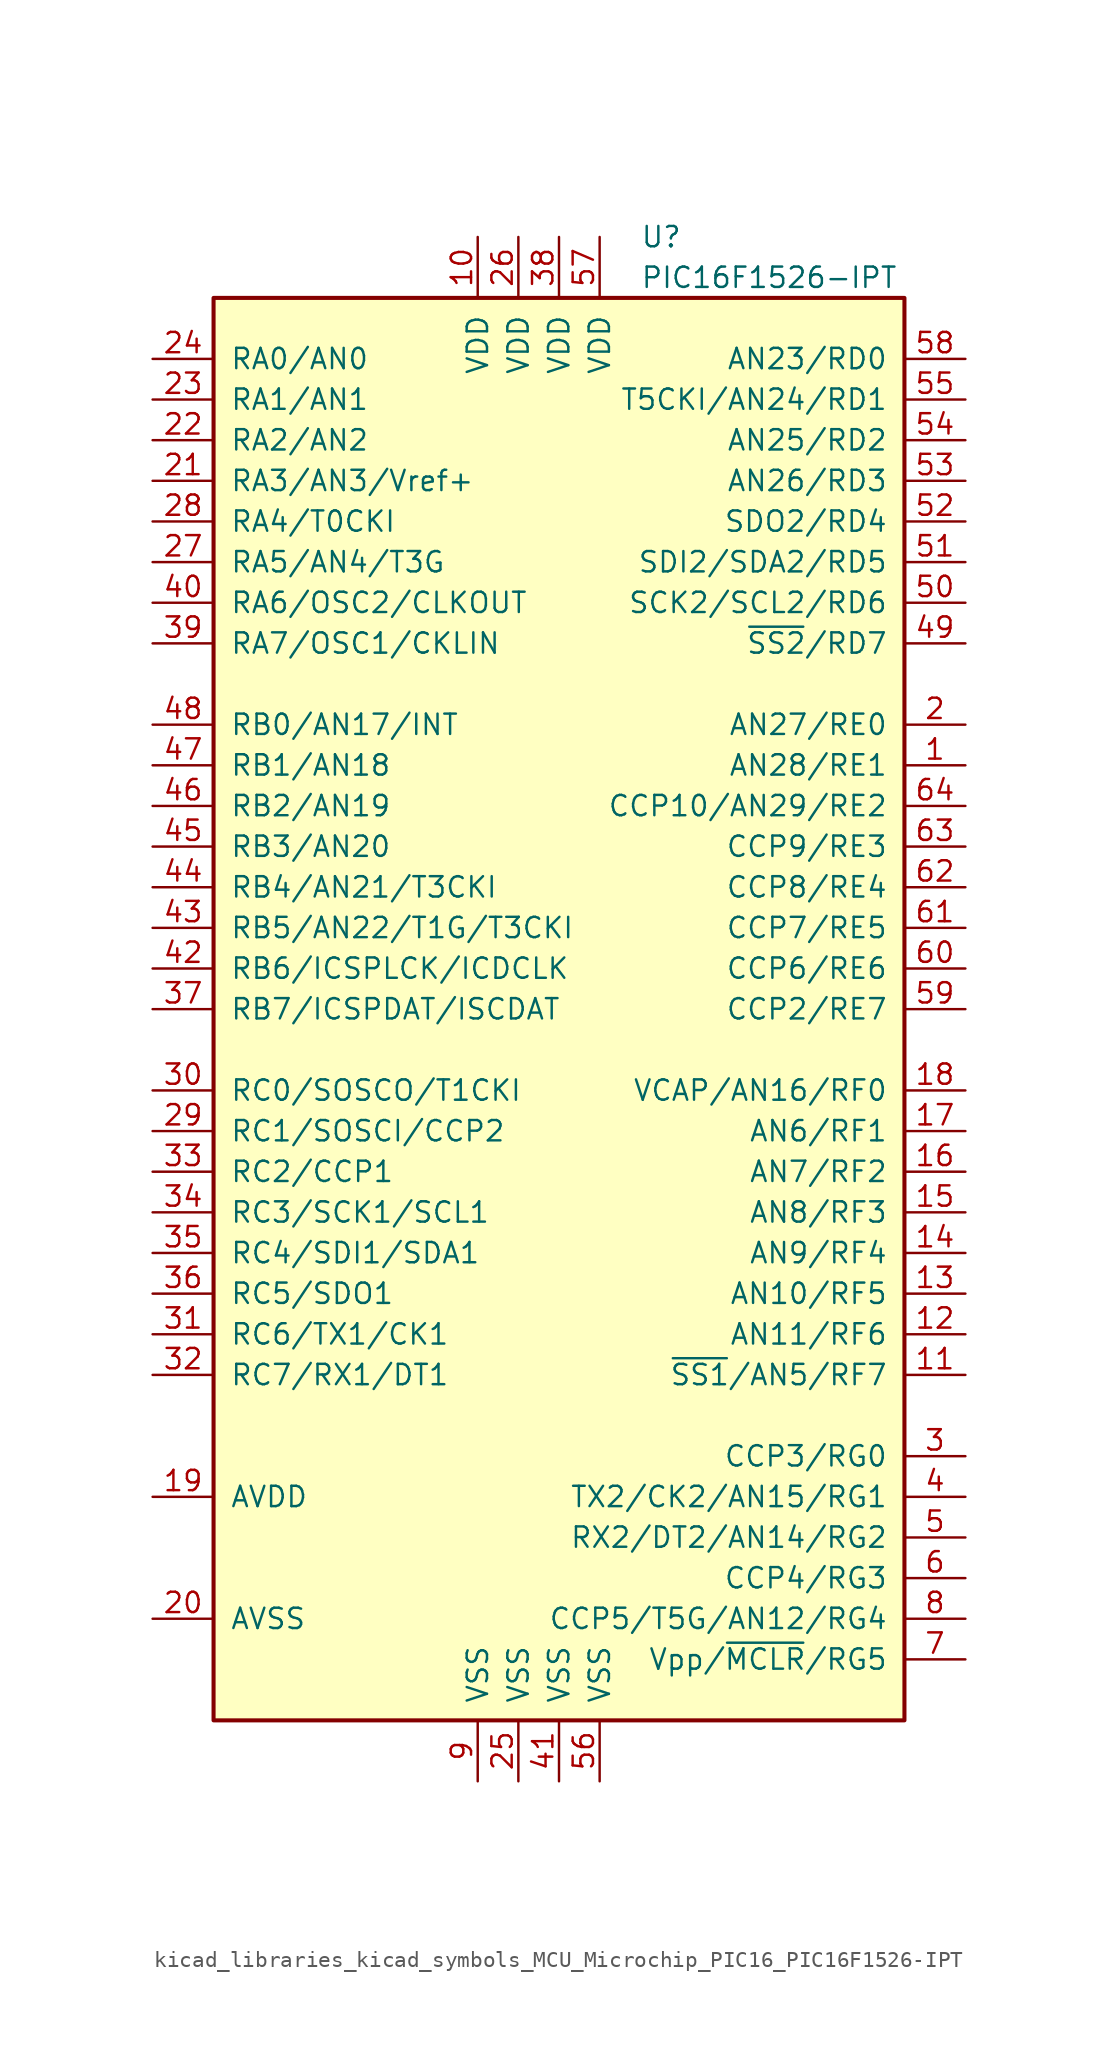
<source format=kicad_sym>
(kicad_symbol_lib
  (version 20220914)
  (generator kicad_symbol_editor)
  (symbol "kicad_libraries_kicad_symbols_MCU_Microchip_PIC16_PIC16F1526-IPT"
    (pin_names
      (offset 1.016))
    (property "Reference" "U"
      (at 5.08 48.26 0)
      (effects (font (size 1.27 1.27)) (justify left)))
    (property "Value" "PIC16F1526-IPT"
      (at 5.08 45.72 0)
      (effects (font (size 1.27 1.27)) (justify left)))
    (symbol "kicad_libraries_kicad_symbols_MCU_Microchip_PIC16_PIC16F1526-IPT_0_1"
      (rectangle (start -21.59 44.45) (end 21.59 -44.45) (stroke (width 0.254) (type default)) (fill (type background))))
    (symbol "kicad_libraries_kicad_symbols_MCU_Microchip_PIC16_PIC16F1526-IPT_1_1"
      (pin bidirectional line (at 25.4 15.24 180) (length 3.81) (name "AN28/RE1" (effects (font (size 1.27 1.27)))) (number "1" (effects (font (size 1.27 1.27)))))
      (pin power_in line (at -5.08 48.26 270) (length 3.81) (name "VDD" (effects (font (size 1.27 1.27)))) (number "10" (effects (font (size 1.27 1.27)))))
      (pin bidirectional line (at 25.4 -22.86 180) (length 3.81) (name "~{SS1}/AN5/RF7" (effects (font (size 1.27 1.27)))) (number "11" (effects (font (size 1.27 1.27)))))
      (pin bidirectional line (at 25.4 -20.32 180) (length 3.81) (name "AN11/RF6" (effects (font (size 1.27 1.27)))) (number "12" (effects (font (size 1.27 1.27)))))
      (pin bidirectional line (at 25.4 -17.78 180) (length 3.81) (name "AN10/RF5" (effects (font (size 1.27 1.27)))) (number "13" (effects (font (size 1.27 1.27)))))
      (pin bidirectional line (at 25.4 -15.24 180) (length 3.81) (name "AN9/RF4" (effects (font (size 1.27 1.27)))) (number "14" (effects (font (size 1.27 1.27)))))
      (pin bidirectional line (at 25.4 -12.7 180) (length 3.81) (name "AN8/RF3" (effects (font (size 1.27 1.27)))) (number "15" (effects (font (size 1.27 1.27)))))
      (pin bidirectional line (at 25.4 -10.16 180) (length 3.81) (name "AN7/RF2" (effects (font (size 1.27 1.27)))) (number "16" (effects (font (size 1.27 1.27)))))
      (pin bidirectional line (at 25.4 -7.62 180) (length 3.81) (name "AN6/RF1" (effects (font (size 1.27 1.27)))) (number "17" (effects (font (size 1.27 1.27)))))
      (pin bidirectional line (at 25.4 -5.08 180) (length 3.81) (name "VCAP/AN16/RF0" (effects (font (size 1.27 1.27)))) (number "18" (effects (font (size 1.27 1.27)))))
      (pin power_in line (at -25.4 -30.48 0) (length 3.81) (name "AVDD" (effects (font (size 1.27 1.27)))) (number "19" (effects (font (size 1.27 1.27)))))
      (pin bidirectional line (at 25.4 17.78 180) (length 3.81) (name "AN27/RE0" (effects (font (size 1.27 1.27)))) (number "2" (effects (font (size 1.27 1.27)))))
      (pin power_in line (at -25.4 -38.1 0) (length 3.81) (name "AVSS" (effects (font (size 1.27 1.27)))) (number "20" (effects (font (size 1.27 1.27)))))
      (pin bidirectional line (at -25.4 33.02 0) (length 3.81) (name "RA3/AN3/Vref+" (effects (font (size 1.27 1.27)))) (number "21" (effects (font (size 1.27 1.27)))))
      (pin bidirectional line (at -25.4 35.56 0) (length 3.81) (name "RA2/AN2" (effects (font (size 1.27 1.27)))) (number "22" (effects (font (size 1.27 1.27)))))
      (pin bidirectional line (at -25.4 38.1 0) (length 3.81) (name "RA1/AN1" (effects (font (size 1.27 1.27)))) (number "23" (effects (font (size 1.27 1.27)))))
      (pin bidirectional line (at -25.4 40.64 0) (length 3.81) (name "RA0/AN0" (effects (font (size 1.27 1.27)))) (number "24" (effects (font (size 1.27 1.27)))))
      (pin power_in line (at -2.54 -48.26 90) (length 3.81) (name "VSS" (effects (font (size 1.27 1.27)))) (number "25" (effects (font (size 1.27 1.27)))))
      (pin power_in line (at -2.54 48.26 270) (length 3.81) (name "VDD" (effects (font (size 1.27 1.27)))) (number "26" (effects (font (size 1.27 1.27)))))
      (pin bidirectional line (at -25.4 27.94 0) (length 3.81) (name "RA5/AN4/T3G" (effects (font (size 1.27 1.27)))) (number "27" (effects (font (size 1.27 1.27)))))
      (pin bidirectional line (at -25.4 30.48 0) (length 3.81) (name "RA4/T0CKI" (effects (font (size 1.27 1.27)))) (number "28" (effects (font (size 1.27 1.27)))))
      (pin bidirectional line (at -25.4 -7.62 0) (length 3.81) (name "RC1/SOSCI/CCP2" (effects (font (size 1.27 1.27)))) (number "29" (effects (font (size 1.27 1.27)))))
      (pin bidirectional line (at 25.4 -27.94 180) (length 3.81) (name "CCP3/RG0" (effects (font (size 1.27 1.27)))) (number "3" (effects (font (size 1.27 1.27)))))
      (pin bidirectional line (at -25.4 -5.08 0) (length 3.81) (name "RC0/SOSCO/T1CKI" (effects (font (size 1.27 1.27)))) (number "30" (effects (font (size 1.27 1.27)))))
      (pin bidirectional line (at -25.4 -20.32 0) (length 3.81) (name "RC6/TX1/CK1" (effects (font (size 1.27 1.27)))) (number "31" (effects (font (size 1.27 1.27)))))
      (pin bidirectional line (at -25.4 -22.86 0) (length 3.81) (name "RC7/RX1/DT1" (effects (font (size 1.27 1.27)))) (number "32" (effects (font (size 1.27 1.27)))))
      (pin bidirectional line (at -25.4 -10.16 0) (length 3.81) (name "RC2/CCP1" (effects (font (size 1.27 1.27)))) (number "33" (effects (font (size 1.27 1.27)))))
      (pin bidirectional line (at -25.4 -12.7 0) (length 3.81) (name "RC3/SCK1/SCL1" (effects (font (size 1.27 1.27)))) (number "34" (effects (font (size 1.27 1.27)))))
      (pin bidirectional line (at -25.4 -15.24 0) (length 3.81) (name "RC4/SDI1/SDA1" (effects (font (size 1.27 1.27)))) (number "35" (effects (font (size 1.27 1.27)))))
      (pin bidirectional line (at -25.4 -17.78 0) (length 3.81) (name "RC5/SDO1" (effects (font (size 1.27 1.27)))) (number "36" (effects (font (size 1.27 1.27)))))
      (pin bidirectional line (at -25.4 0 0) (length 3.81) (name "RB7/ICSPDAT/ISCDAT" (effects (font (size 1.27 1.27)))) (number "37" (effects (font (size 1.27 1.27)))))
      (pin power_in line (at 0 48.26 270) (length 3.81) (name "VDD" (effects (font (size 1.27 1.27)))) (number "38" (effects (font (size 1.27 1.27)))))
      (pin bidirectional line (at -25.4 22.86 0) (length 3.81) (name "RA7/OSC1/CKLIN" (effects (font (size 1.27 1.27)))) (number "39" (effects (font (size 1.27 1.27)))))
      (pin bidirectional line (at 25.4 -30.48 180) (length 3.81) (name "TX2/CK2/AN15/RG1" (effects (font (size 1.27 1.27)))) (number "4" (effects (font (size 1.27 1.27)))))
      (pin bidirectional line (at -25.4 25.4 0) (length 3.81) (name "RA6/OSC2/CLKOUT" (effects (font (size 1.27 1.27)))) (number "40" (effects (font (size 1.27 1.27)))))
      (pin power_in line (at 0 -48.26 90) (length 3.81) (name "VSS" (effects (font (size 1.27 1.27)))) (number "41" (effects (font (size 1.27 1.27)))))
      (pin bidirectional line (at -25.4 2.54 0) (length 3.81) (name "RB6/ICSPLCK/ICDCLK" (effects (font (size 1.27 1.27)))) (number "42" (effects (font (size 1.27 1.27)))))
      (pin bidirectional line (at -25.4 5.08 0) (length 3.81) (name "RB5/AN22/T1G/T3CKI" (effects (font (size 1.27 1.27)))) (number "43" (effects (font (size 1.27 1.27)))))
      (pin bidirectional line (at -25.4 7.62 0) (length 3.81) (name "RB4/AN21/T3CKI" (effects (font (size 1.27 1.27)))) (number "44" (effects (font (size 1.27 1.27)))))
      (pin bidirectional line (at -25.4 10.16 0) (length 3.81) (name "RB3/AN20" (effects (font (size 1.27 1.27)))) (number "45" (effects (font (size 1.27 1.27)))))
      (pin bidirectional line (at -25.4 12.7 0) (length 3.81) (name "RB2/AN19" (effects (font (size 1.27 1.27)))) (number "46" (effects (font (size 1.27 1.27)))))
      (pin bidirectional line (at -25.4 15.24 0) (length 3.81) (name "RB1/AN18" (effects (font (size 1.27 1.27)))) (number "47" (effects (font (size 1.27 1.27)))))
      (pin bidirectional line (at -25.4 17.78 0) (length 3.81) (name "RB0/AN17/INT" (effects (font (size 1.27 1.27)))) (number "48" (effects (font (size 1.27 1.27)))))
      (pin bidirectional line (at 25.4 22.86 180) (length 3.81) (name "~{SS2}/RD7" (effects (font (size 1.27 1.27)))) (number "49" (effects (font (size 1.27 1.27)))))
      (pin bidirectional line (at 25.4 -33.02 180) (length 3.81) (name "RX2/DT2/AN14/RG2" (effects (font (size 1.27 1.27)))) (number "5" (effects (font (size 1.27 1.27)))))
      (pin bidirectional line (at 25.4 25.4 180) (length 3.81) (name "SCK2/SCL2/RD6" (effects (font (size 1.27 1.27)))) (number "50" (effects (font (size 1.27 1.27)))))
      (pin bidirectional line (at 25.4 27.94 180) (length 3.81) (name "SDI2/SDA2/RD5" (effects (font (size 1.27 1.27)))) (number "51" (effects (font (size 1.27 1.27)))))
      (pin bidirectional line (at 25.4 30.48 180) (length 3.81) (name "SDO2/RD4" (effects (font (size 1.27 1.27)))) (number "52" (effects (font (size 1.27 1.27)))))
      (pin bidirectional line (at 25.4 33.02 180) (length 3.81) (name "AN26/RD3" (effects (font (size 1.27 1.27)))) (number "53" (effects (font (size 1.27 1.27)))))
      (pin bidirectional line (at 25.4 35.56 180) (length 3.81) (name "AN25/RD2" (effects (font (size 1.27 1.27)))) (number "54" (effects (font (size 1.27 1.27)))))
      (pin bidirectional line (at 25.4 38.1 180) (length 3.81) (name "T5CKI/AN24/RD1" (effects (font (size 1.27 1.27)))) (number "55" (effects (font (size 1.27 1.27)))))
      (pin power_in line (at 2.54 -48.26 90) (length 3.81) (name "VSS" (effects (font (size 1.27 1.27)))) (number "56" (effects (font (size 1.27 1.27)))))
      (pin power_in line (at 2.54 48.26 270) (length 3.81) (name "VDD" (effects (font (size 1.27 1.27)))) (number "57" (effects (font (size 1.27 1.27)))))
      (pin bidirectional line (at 25.4 40.64 180) (length 3.81) (name "AN23/RD0" (effects (font (size 1.27 1.27)))) (number "58" (effects (font (size 1.27 1.27)))))
      (pin bidirectional line (at 25.4 0 180) (length 3.81) (name "CCP2/RE7" (effects (font (size 1.27 1.27)))) (number "59" (effects (font (size 1.27 1.27)))))
      (pin bidirectional line (at 25.4 -35.56 180) (length 3.81) (name "CCP4/RG3" (effects (font (size 1.27 1.27)))) (number "6" (effects (font (size 1.27 1.27)))))
      (pin bidirectional line (at 25.4 2.54 180) (length 3.81) (name "CCP6/RE6" (effects (font (size 1.27 1.27)))) (number "60" (effects (font (size 1.27 1.27)))))
      (pin bidirectional line (at 25.4 5.08 180) (length 3.81) (name "CCP7/RE5" (effects (font (size 1.27 1.27)))) (number "61" (effects (font (size 1.27 1.27)))))
      (pin bidirectional line (at 25.4 7.62 180) (length 3.81) (name "CCP8/RE4" (effects (font (size 1.27 1.27)))) (number "62" (effects (font (size 1.27 1.27)))))
      (pin bidirectional line (at 25.4 10.16 180) (length 3.81) (name "CCP9/RE3" (effects (font (size 1.27 1.27)))) (number "63" (effects (font (size 1.27 1.27)))))
      (pin bidirectional line (at 25.4 12.7 180) (length 3.81) (name "CCP10/AN29/RE2" (effects (font (size 1.27 1.27)))) (number "64" (effects (font (size 1.27 1.27)))))
      (pin input line (at 25.4 -40.64 180) (length 3.81) (name "Vpp/~{MCLR}/RG5" (effects (font (size 1.27 1.27)))) (number "7" (effects (font (size 1.27 1.27)))))
      (pin bidirectional line (at 25.4 -38.1 180) (length 3.81) (name "CCP5/T5G/AN12/RG4" (effects (font (size 1.27 1.27)))) (number "8" (effects (font (size 1.27 1.27)))))
      (pin power_in line (at -5.08 -48.26 90) (length 3.81) (name "VSS" (effects (font (size 1.27 1.27)))) (number "9" (effects (font (size 1.27 1.27))))))))
</source>
